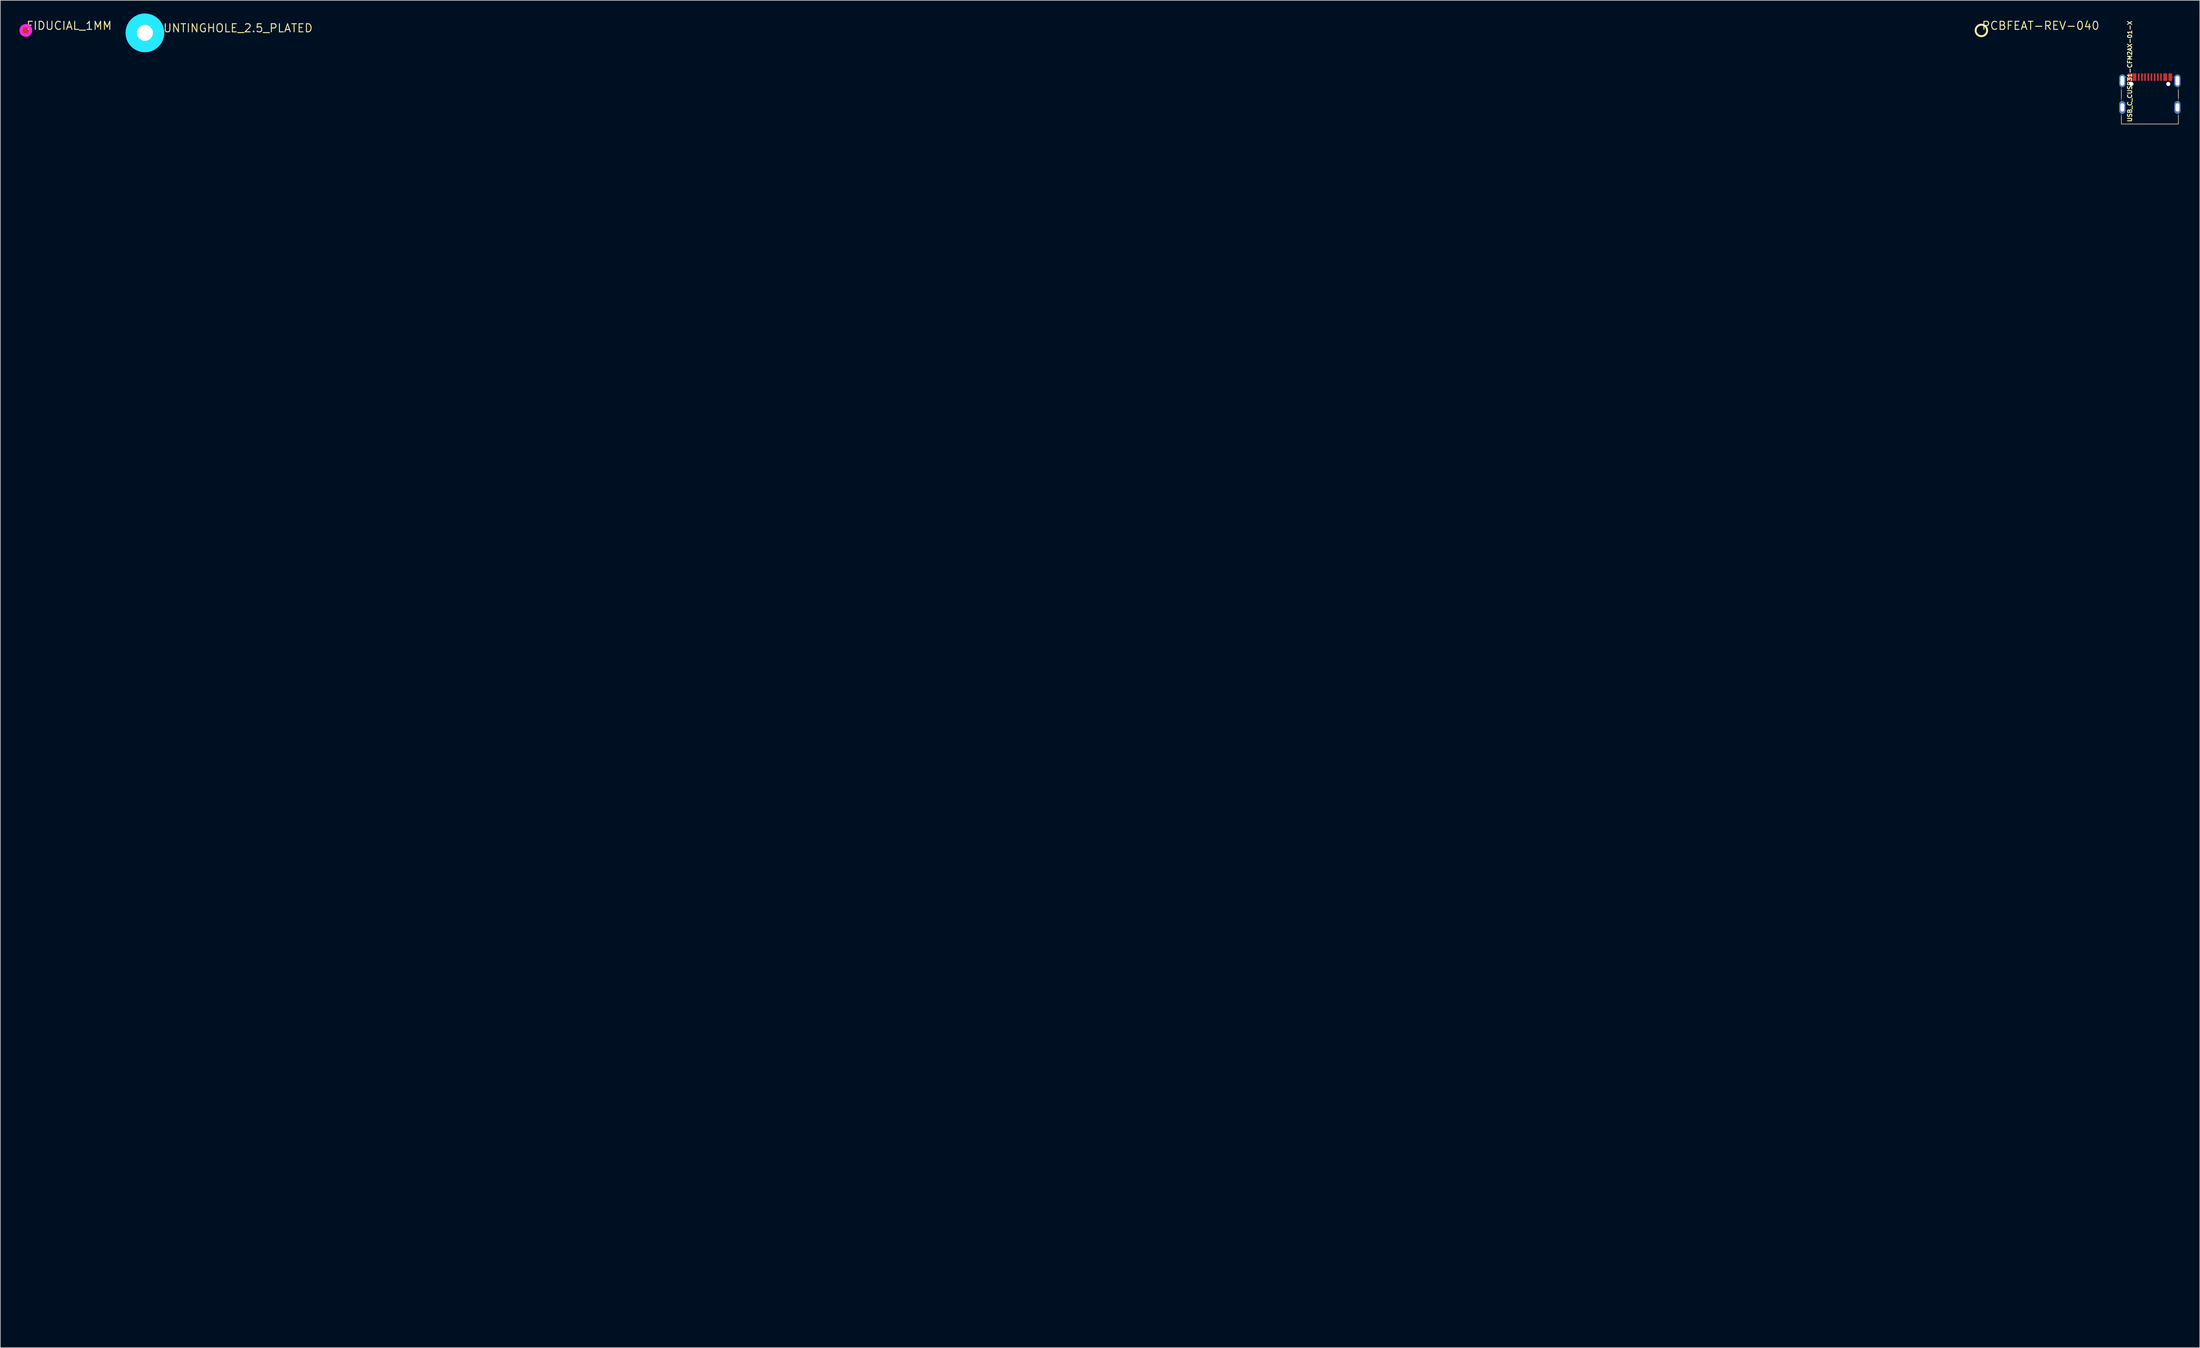
<source format=kicad_pcb>
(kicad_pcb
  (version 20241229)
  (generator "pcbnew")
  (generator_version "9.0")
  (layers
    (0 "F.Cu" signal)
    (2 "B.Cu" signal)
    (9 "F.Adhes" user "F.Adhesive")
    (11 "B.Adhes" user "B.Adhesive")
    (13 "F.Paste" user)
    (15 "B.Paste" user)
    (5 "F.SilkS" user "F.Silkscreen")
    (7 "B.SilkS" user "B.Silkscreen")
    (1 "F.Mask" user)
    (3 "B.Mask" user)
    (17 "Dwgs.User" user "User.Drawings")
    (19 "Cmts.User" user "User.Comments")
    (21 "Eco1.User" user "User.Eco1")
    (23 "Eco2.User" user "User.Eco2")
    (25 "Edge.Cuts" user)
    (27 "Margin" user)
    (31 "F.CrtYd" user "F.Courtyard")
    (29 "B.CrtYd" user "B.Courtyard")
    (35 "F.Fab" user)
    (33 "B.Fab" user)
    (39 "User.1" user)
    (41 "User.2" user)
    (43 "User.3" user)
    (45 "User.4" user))
  (footprint "PCBFEAT-REV-040"
    (layer "F.Cu")
    (at 307.491 1.72)
    (property "Reference" "PCBFEAT-REV-040" (at 0 0 0) (layer "F.SilkS") (effects (font (size 1.27 1.27) (thickness 0.15)) (justify left bottom)))
    (fp_circle (center 0 0) (end 0.898 0) (stroke (width 0.305) (type solid)) (fill no) (layer "F.SilkS")))
  (footprint "MOUNTINGHOLE_2.5_PLATED"
    (layer "F.Cu")
    (at 19.663 2.102)
    (property "Reference" "MOUNTINGHOLE_2.5_PLATED" (at 0 0 0) (layer "F.SilkS") (effects (font (size 1.27 1.27) (thickness 0.15)) (justify left bottom)))
    (fp_circle (center 0 0) (end 2 0) (stroke (width 0.203) (type solid)) (fill no) (layer "F.SilkS"))
    (fp_circle (center 0 0) (end 1 0) (stroke (width 2.032) (type solid)) (fill no) (layer "B.CrtYd"))
    (fp_circle (center 0 0) (end 1 0) (stroke (width 2.032) (type solid)) (fill no) (layer "F.CrtYd"))
    (pad "P$1" thru_hole circle (at 0 0) (size 3.2 3.2) (drill 2.5) (layers "*.Cu" "*.Mask"))
    (zone (net_name "") (layer "F.Cu") (hatch edge 0.5) (connect_pads) (min_thickness 0.25) (filled_areas_thickness no) (keepout (tracks not_allowed) (vias not_allowed) (pads not_allowed) (copperpour not_allowed) (footprints allowed)) (placement (enabled no)) (fill) (polygon (pts (xy 303.441 203.219) (xy 303.421 202.938) (xy 303.363 202.663) (xy 303.267 202.399) (xy 303.135 202.15) (xy 302.969 201.923) (xy 302.774 201.721) (xy 302.552 201.547) (xy 302.309 201.407) (xy 302.048 201.301) (xy 301.775 201.233) (xy 301.495 201.204) (xy 301.214 201.214) (xy 300.937 201.263) (xy 300.67 201.35) (xy 300.417 201.473) (xy 300.184 201.63) (xy 299.975 201.818) (xy 299.794 202.034) (xy 299.645 202.272) (xy 299.531 202.529) (xy 299.453 202.8) (xy 299.414 203.078) (xy 299.414 203.359) (xy 299.453 203.638) (xy 299.531 203.908) (xy 299.645 204.165) (xy 299.794 204.404) (xy 299.975 204.619) (xy 300.184 204.807) (xy 300.417 204.965) (xy 300.67 205.088) (xy 300.937 205.175) (xy 301.214 205.224) (xy 301.495 205.234) (xy 301.775 205.204) (xy 302.048 205.136) (xy 302.309 205.031) (xy 302.552 204.89) (xy 302.774 204.717) (xy 302.969 204.515) (xy 303.135 204.287) (xy 303.267 204.039) (xy 303.363 203.774) (xy 303.421 203.499))) (polygon (pts (xy 301.409 203.219) (xy 301.414 203.23) (xy 301.425 203.235) (xy 301.436 203.23) (xy 301.441 203.219) (xy 301.436 203.207) (xy 301.425 203.203) (xy 301.414 203.207))))
    (zone (net_name "") (layer "B.Cu") (hatch edge 0.5) (connect_pads) (min_thickness 0.25) (filled_areas_thickness no) (keepout (tracks not_allowed) (vias not_allowed) (pads not_allowed) (copperpour not_allowed) (footprints allowed)) (placement (enabled no)) (fill) (polygon (pts (xy 303.441 203.219) (xy 303.421 202.938) (xy 303.363 202.663) (xy 303.267 202.399) (xy 303.135 202.15) (xy 302.969 201.923) (xy 302.774 201.721) (xy 302.552 201.547) (xy 302.309 201.407) (xy 302.048 201.301) (xy 301.775 201.233) (xy 301.495 201.204) (xy 301.214 201.214) (xy 300.937 201.263) (xy 300.67 201.35) (xy 300.417 201.473) (xy 300.184 201.63) (xy 299.975 201.818) (xy 299.794 202.034) (xy 299.645 202.272) (xy 299.531 202.529) (xy 299.453 202.8) (xy 299.414 203.078) (xy 299.414 203.359) (xy 299.453 203.638) (xy 299.531 203.908) (xy 299.645 204.165) (xy 299.794 204.404) (xy 299.975 204.619) (xy 300.184 204.807) (xy 300.417 204.965) (xy 300.67 205.088) (xy 300.937 205.175) (xy 301.214 205.224) (xy 301.495 205.234) (xy 301.775 205.204) (xy 302.048 205.136) (xy 302.309 205.031) (xy 302.552 204.89) (xy 302.774 204.717) (xy 302.969 204.515) (xy 303.135 204.287) (xy 303.267 204.039) (xy 303.363 203.774) (xy 303.421 203.499))) (polygon (pts (xy 301.409 203.219) (xy 301.414 203.23) (xy 301.425 203.235) (xy 301.436 203.23) (xy 301.441 203.219) (xy 301.436 203.207) (xy 301.425 203.203) (xy 301.414 203.207)))))
  (footprint "FIDUCIAL_1MM"
    (layer "F.Cu")
    (at 1 1.72)
    (property "Reference" "FIDUCIAL_1MM" (at 0 0 0) (layer "F.SilkS") (effects (font (size 1.27 1.27) (thickness 0.15)) (justify left bottom)))
    (fp_arc (start -0.75 0) (mid -0.53033 -0.53033) (end 0 -0.75) (stroke (width 0.5) (type solid)) (layer "F.Mask"))
    (fp_arc (start 0 -0.75) (mid 0.53033 -0.53033) (end 0.75 0) (stroke (width 0.5) (type solid)) (layer "F.Mask"))
    (fp_arc (start 0 0.75) (mid -0.53033 0.53033) (end -0.75 0) (stroke (width 0.5) (type solid)) (layer "F.Mask"))
    (fp_arc (start 0.75 0) (mid 0.53033 0.53033) (end 0 0.75) (stroke (width 0.5) (type solid)) (layer "F.Mask"))
    (fp_arc (start -0.75 0) (mid -0.53033 -0.53033) (end 0 -0.75) (stroke (width 0.5) (type solid)) (layer "F.CrtYd"))
    (fp_arc (start 0 -0.75) (mid 0.53033 -0.53033) (end 0.75 0) (stroke (width 0.5) (type solid)) (layer "F.CrtYd"))
    (fp_arc (start 0 0.75) (mid -0.53033 0.53033) (end -0.75 0) (stroke (width 0.5) (type solid)) (layer "F.CrtYd"))
    (fp_arc (start 0.75 0) (mid 0.53033 0.53033) (end 0 0.75) (stroke (width 0.5) (type solid)) (layer "F.CrtYd"))
    (pad "1" smd roundrect (at 0 0) (size 1 1) (layers "F.Cu" "F.Mask") (roundrect_rratio 0.5)))
  (footprint "USB_C_CUSB31-CFM2AX-01-X"
    (layer "F.Cu")
    (at 333.898 16.393)
    (property "Reference" "USB_C_CUSB31-CFM2AX-01-X" (at -2.75 -0.25 90) (unlocked yes) (layer "F.SilkS") (effects (font (size 0.666 0.666) (thickness 0.146)) (justify left bottom)))
    (fp_line (start -4.47 -4) (end -4.47 -5.35) (stroke (width 0.102) (type solid)) (layer "F.SilkS"))
    (fp_line (start -4.47 0) (end -4.47 -1.35) (stroke (width 0.102) (type solid)) (layer "F.SilkS"))
    (fp_line (start 4.47 -5.35) (end 4.47 -4) (stroke (width 0.102) (type solid)) (layer "F.SilkS"))
    (fp_line (start 4.47 -1.35) (end 4.47 0) (stroke (width 0.102) (type solid)) (layer "F.SilkS"))
    (fp_line (start 4.47 0) (end -4.47 0) (stroke (width 0.102) (type solid)) (layer "F.SilkS"))
    (fp_poly (pts (xy -4.169 -7.749) (xy -4.034 -7.68) (xy -3.928 -7.573) (xy -3.835 -7.29) (xy -3.835 -6.274) (xy -3.859 -6.125) (xy -3.928 -5.99) (xy -4.034 -5.883) (xy -4.318 -5.791) (xy -4.449 -5.809) (xy -4.572 -5.859) (xy -4.677 -5.94) (xy -4.758 -6.045) (xy -4.826 -6.299) (xy -4.826 -7.264) (xy -4.809 -7.396) (xy -4.758 -7.518) (xy -4.677 -7.624) (xy -4.572 -7.704) (xy -4.318 -7.772)) (stroke (width 0) (type default)) (fill yes) (layer "F.Paste"))
    (fp_poly (pts (xy -4.156 -3.57) (xy -4.022 -3.502) (xy -3.915 -3.395) (xy -3.823 -3.111) (xy -3.823 -2.095) (xy -3.846 -1.946) (xy -3.915 -1.812) (xy -4.022 -1.705) (xy -4.305 -1.613) (xy -4.437 -1.63) (xy -4.559 -1.681) (xy -4.665 -1.762) (xy -4.745 -1.867) (xy -4.813 -2.121) (xy -4.813 -3.086) (xy -4.796 -3.218) (xy -4.745 -3.34) (xy -4.665 -3.445) (xy -4.559 -3.526) (xy -4.305 -3.594)) (stroke (width 0) (type default)) (fill yes) (layer "F.Paste"))
    (fp_poly (pts (xy 4.48 -7.761) (xy 4.614 -7.693) (xy 4.721 -7.586) (xy 4.813 -7.303) (xy 4.813 -6.287) (xy 4.79 -6.137) (xy 4.721 -6.003) (xy 4.614 -5.896) (xy 4.331 -5.804) (xy 4.199 -5.821) (xy 4.077 -5.872) (xy 3.971 -5.953) (xy 3.891 -6.058) (xy 3.823 -6.312) (xy 3.823 -7.277) (xy 3.84 -7.409) (xy 3.891 -7.531) (xy 3.971 -7.636) (xy 4.077 -7.717) (xy 4.331 -7.785)) (stroke (width 0) (type default)) (fill yes) (layer "F.Paste"))
    (fp_poly (pts (xy 4.48 -3.57) (xy 4.614 -3.502) (xy 4.721 -3.395) (xy 4.813 -3.111) (xy 4.813 -2.095) (xy 4.79 -1.946) (xy 4.721 -1.812) (xy 4.614 -1.705) (xy 4.331 -1.613) (xy 4.199 -1.63) (xy 4.077 -1.681) (xy 3.971 -1.762) (xy 3.891 -1.867) (xy 3.823 -2.121) (xy 3.823 -3.086) (xy 3.84 -3.218) (xy 3.891 -3.34) (xy 3.971 -3.445) (xy 4.077 -3.526) (xy 4.331 -3.594)) (stroke (width 0) (type default)) (fill yes) (layer "F.Paste"))
    (fp_line (start -4.47 -7.35) (end -3.53 -7.35) (stroke (width 0.05) (type solid)) (layer "F.Fab"))
    (fp_line (start -4.47 0) (end -4.47 -7.35) (stroke (width 0.05) (type solid)) (layer "F.Fab"))
    (fp_line (start 3.53 -7.35) (end 4.47 -7.35) (stroke (width 0.05) (type solid)) (layer "F.Fab"))
    (fp_line (start 4.47 -7.35) (end 4.47 0) (stroke (width 0.05) (type solid)) (layer "F.Fab"))
    (fp_line (start 4.47 0) (end -4.47 0) (stroke (width 0.05) (type solid)) (layer "F.Fab"))
    (pad "" np_thru_hole circle (at -2.89 -6.28) (size 0.65 0.65) (drill 0.65) (layers "*.Cu" "*.Mask"))
    (pad "" np_thru_hole circle (at 2.89 -6.28) (size 0.65 0.65) (drill 0.65) (layers "*.Cu" "*.Mask"))
    (pad "A1B12" smd rect (at -3.2 -7.355) (size 0.575 1.15) (layers "F.Cu" "F.Mask" "F.Paste"))
    (pad "A4B9" smd rect (at -2.4 -7.355) (size 0.575 1.15) (layers "F.Cu" "F.Mask" "F.Paste"))
    (pad "A5" smd rect (at -1.25 -7.355) (size 0.275 1.15) (layers "F.Cu" "F.Mask" "F.Paste"))
    (pad "A6" smd rect (at -0.25 -7.355) (size 0.275 1.15) (layers "F.Cu" "F.Mask" "F.Paste"))
    (pad "A7" smd rect (at 0.25 -7.355) (size 0.275 1.15) (layers "F.Cu" "F.Mask" "F.Paste"))
    (pad "A8" smd rect (at 1.25 -7.355) (size 0.275 1.15) (layers "F.Cu" "F.Mask" "F.Paste"))
    (pad "B1A12" smd rect (at 3.2 -7.355) (size 0.575 1.15) (layers "F.Cu" "F.Mask" "F.Paste"))
    (pad "B4A9" smd rect (at 2.4 -7.355) (size 0.575 1.15) (layers "F.Cu" "F.Mask" "F.Paste"))
    (pad "B5" smd rect (at 1.75 -7.355) (size 0.275 1.15) (layers "F.Cu" "F.Mask" "F.Paste"))
    (pad "B6" smd rect (at 0.75 -7.355) (size 0.275 1.15) (layers "F.Cu" "F.Mask" "F.Paste"))
    (pad "B7" smd rect (at -0.75 -7.355) (size 0.275 1.15) (layers "F.Cu" "F.Mask" "F.Paste"))
    (pad "B8" smd rect (at -1.75 -7.355) (size 0.275 1.15) (layers "F.Cu" "F.Mask" "F.Paste"))
    (pad "M1" thru_hole oval (at -4.32 -6.78 90) (size 2 1) (drill oval 1.5 0.6) (layers "*.Cu" "*.Mask"))
    (pad "M2" thru_hole oval (at 4.32 -6.78 90) (size 2 1) (drill oval 1.5 0.6) (layers "*.Cu" "*.Mask"))
    (pad "M3" thru_hole oval (at -4.32 -2.6 90) (size 2 1) (drill oval 1.3 0.6) (layers "*.Cu" "*.Mask"))
    (pad "M4" thru_hole oval (at 4.32 -2.6 90) (size 2 1) (drill oval 1.3 0.6) (layers "*.Cu" "*.Mask")))
  (gr_rect
    (start -3 -3)
    (end 341.718 208.234)
    (stroke (width 0.1) (type default))
    (fill no)
    (layer "Edge.Cuts")))
</source>
